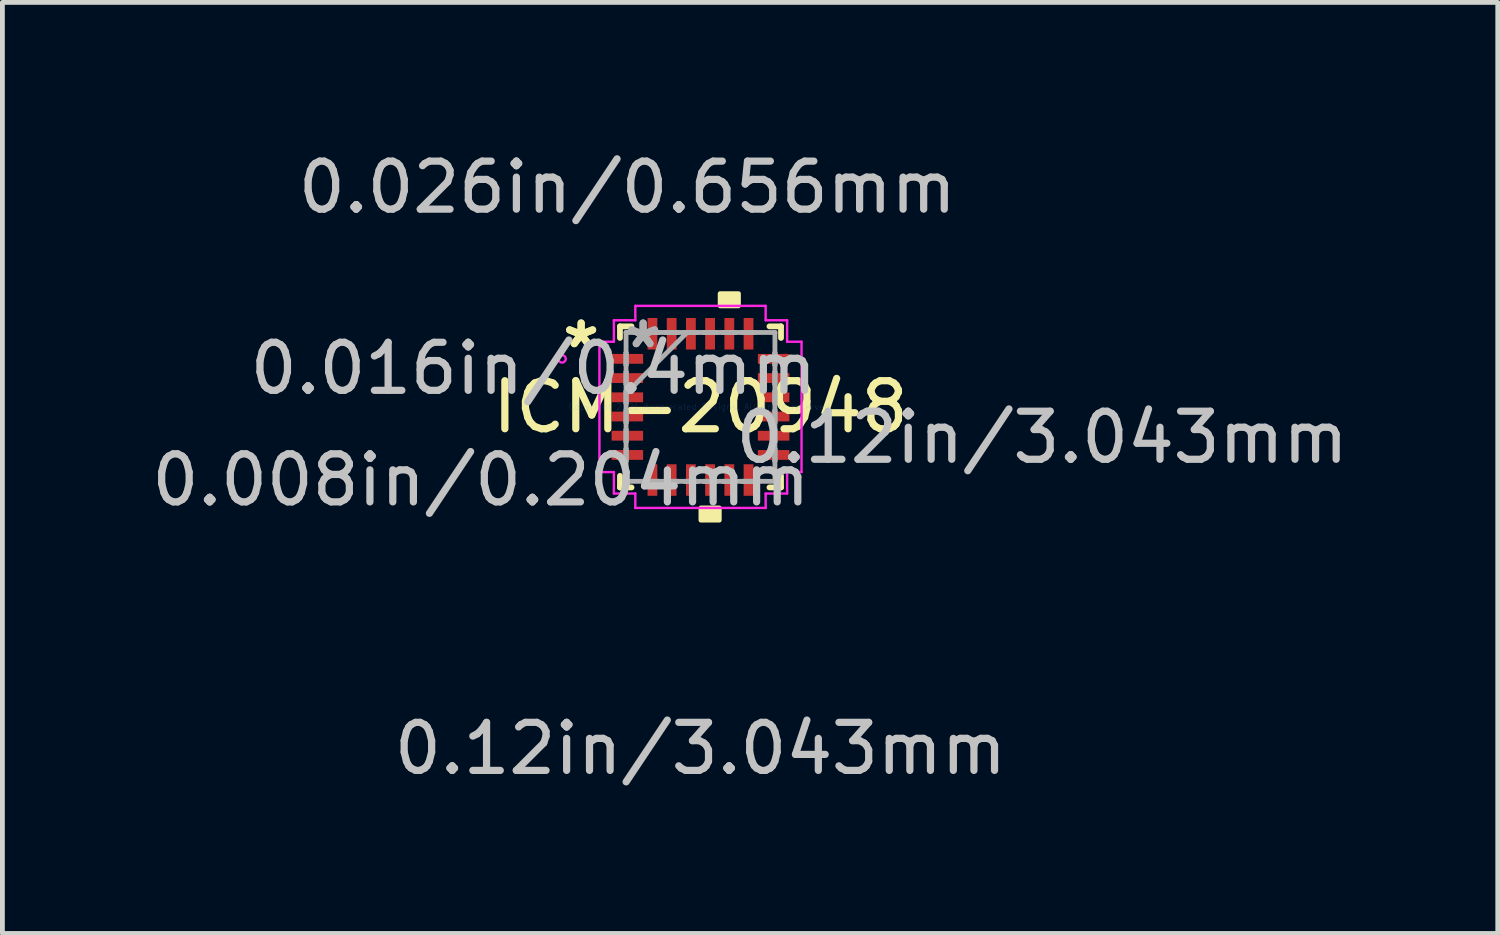
<source format=kicad_pcb>
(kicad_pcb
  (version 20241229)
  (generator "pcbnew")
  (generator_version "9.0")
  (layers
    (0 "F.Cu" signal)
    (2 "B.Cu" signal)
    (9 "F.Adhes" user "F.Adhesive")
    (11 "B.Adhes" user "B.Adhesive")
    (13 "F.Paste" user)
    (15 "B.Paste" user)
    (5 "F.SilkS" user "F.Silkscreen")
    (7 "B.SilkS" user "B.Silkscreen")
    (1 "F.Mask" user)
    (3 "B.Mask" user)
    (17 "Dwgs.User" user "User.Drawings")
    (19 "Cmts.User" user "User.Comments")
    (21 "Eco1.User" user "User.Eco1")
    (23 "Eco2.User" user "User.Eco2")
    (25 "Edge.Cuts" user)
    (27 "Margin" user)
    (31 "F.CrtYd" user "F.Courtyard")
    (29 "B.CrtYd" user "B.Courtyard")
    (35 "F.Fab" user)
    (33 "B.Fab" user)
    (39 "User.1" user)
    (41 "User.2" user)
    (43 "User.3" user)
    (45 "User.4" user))
  (footprint "ICM-20948"
    (layer "F.Cu")
    (at 11.528 5.418)
    (property "Reference" "ICM-20948" (at 0 0 0) (layer "F.SilkS") (effects (font (size 1 1) (thickness 0.15))))
    (attr through_hole)
    (fp_line (start -1.676 -1.676) (end -1.676 -1.435) (stroke (width 0.12) (type solid)) (layer "F.SilkS"))
    (fp_line (start -1.676 1.435) (end -1.676 1.676) (stroke (width 0.12) (type solid)) (layer "F.SilkS"))
    (fp_line (start -1.676 1.676) (end -1.435 1.676) (stroke (width 0.12) (type solid)) (layer "F.SilkS"))
    (fp_line (start -1.435 -1.676) (end -1.676 -1.676) (stroke (width 0.12) (type solid)) (layer "F.SilkS"))
    (fp_line (start 1.435 1.676) (end 1.676 1.676) (stroke (width 0.12) (type solid)) (layer "F.SilkS"))
    (fp_line (start 1.676 -1.676) (end 1.435 -1.676) (stroke (width 0.12) (type solid)) (layer "F.SilkS"))
    (fp_line (start 1.676 -1.435) (end 1.676 -1.676) (stroke (width 0.12) (type solid)) (layer "F.SilkS"))
    (fp_line (start 1.676 1.676) (end 1.676 1.435) (stroke (width 0.12) (type solid)) (layer "F.SilkS"))
    (fp_poly (pts (xy 0.009 2.103) (xy 0.009 2.357) (xy 0.391 2.357) (xy 0.391 2.103)) (stroke (width 0.1) (type solid)) (fill yes) (layer "F.SilkS"))
    (fp_poly (pts (xy 0.409 -2.103) (xy 0.409 -2.357) (xy 0.79 -2.357) (xy 0.79 -2.103)) (stroke (width 0.1) (type solid)) (fill yes) (layer "F.SilkS"))
    (fp_line (start -2.103 -1.356) (end -1.803 -1.356) (stroke (width 0.05) (type solid)) (layer "F.CrtYd"))
    (fp_line (start -2.103 1.356) (end -2.103 -1.356) (stroke (width 0.05) (type solid)) (layer "F.CrtYd"))
    (fp_line (start -1.803 -1.803) (end -1.356 -1.803) (stroke (width 0.05) (type solid)) (layer "F.CrtYd"))
    (fp_line (start -1.803 -1.356) (end -1.803 -1.803) (stroke (width 0.05) (type solid)) (layer "F.CrtYd"))
    (fp_line (start -1.803 1.356) (end -2.103 1.356) (stroke (width 0.05) (type solid)) (layer "F.CrtYd"))
    (fp_line (start -1.803 1.803) (end -1.803 1.356) (stroke (width 0.05) (type solid)) (layer "F.CrtYd"))
    (fp_line (start -1.356 -2.103) (end 1.356 -2.103) (stroke (width 0.05) (type solid)) (layer "F.CrtYd"))
    (fp_line (start -1.356 -1.803) (end -1.356 -2.103) (stroke (width 0.05) (type solid)) (layer "F.CrtYd"))
    (fp_line (start -1.356 1.803) (end -1.803 1.803) (stroke (width 0.05) (type solid)) (layer "F.CrtYd"))
    (fp_line (start -1.356 2.103) (end -1.356 1.803) (stroke (width 0.05) (type solid)) (layer "F.CrtYd"))
    (fp_line (start 1.356 -2.103) (end 1.356 -1.803) (stroke (width 0.05) (type solid)) (layer "F.CrtYd"))
    (fp_line (start 1.356 -1.803) (end 1.803 -1.803) (stroke (width 0.05) (type solid)) (layer "F.CrtYd"))
    (fp_line (start 1.356 1.803) (end 1.356 2.103) (stroke (width 0.05) (type solid)) (layer "F.CrtYd"))
    (fp_line (start 1.356 2.103) (end -1.356 2.103) (stroke (width 0.05) (type solid)) (layer "F.CrtYd"))
    (fp_line (start 1.803 -1.803) (end 1.803 -1.356) (stroke (width 0.05) (type solid)) (layer "F.CrtYd"))
    (fp_line (start 1.803 -1.356) (end 2.103 -1.356) (stroke (width 0.05) (type solid)) (layer "F.CrtYd"))
    (fp_line (start 1.803 1.356) (end 1.803 1.803) (stroke (width 0.05) (type solid)) (layer "F.CrtYd"))
    (fp_line (start 1.803 1.803) (end 1.356 1.803) (stroke (width 0.05) (type solid)) (layer "F.CrtYd"))
    (fp_line (start 2.103 -1.356) (end 2.103 1.356) (stroke (width 0.05) (type solid)) (layer "F.CrtYd"))
    (fp_line (start 2.103 1.356) (end 1.803 1.356) (stroke (width 0.05) (type solid)) (layer "F.CrtYd"))
    (fp_circle (center -2.881 -1) (end -2.804 -1) (stroke (width 0.05) (type solid)) (fill no) (layer "F.CrtYd"))
    (fp_line (start -1.549 -1.549) (end -1.549 -1.549) (stroke (width 0.1) (type solid)) (layer "F.Fab"))
    (fp_line (start -1.549 -1.549) (end -1.549 1.549) (stroke (width 0.1) (type solid)) (layer "F.Fab"))
    (fp_line (start -1.549 -1.127) (end -1.549 -1.127) (stroke (width 0.1) (type solid)) (layer "F.Fab"))
    (fp_line (start -1.549 -1.127) (end -1.549 -0.873) (stroke (width 0.1) (type solid)) (layer "F.Fab"))
    (fp_line (start -1.549 -0.873) (end -1.549 -1.127) (stroke (width 0.1) (type solid)) (layer "F.Fab"))
    (fp_line (start -1.549 -0.873) (end -1.549 -0.873) (stroke (width 0.1) (type solid)) (layer "F.Fab"))
    (fp_line (start -1.549 -0.727) (end -1.549 -0.727) (stroke (width 0.1) (type solid)) (layer "F.Fab"))
    (fp_line (start -1.549 -0.727) (end -1.549 -0.473) (stroke (width 0.1) (type solid)) (layer "F.Fab"))
    (fp_line (start -1.549 -0.473) (end -1.549 -0.727) (stroke (width 0.1) (type solid)) (layer "F.Fab"))
    (fp_line (start -1.549 -0.473) (end -1.549 -0.473) (stroke (width 0.1) (type solid)) (layer "F.Fab"))
    (fp_line (start -1.549 -0.327) (end -1.549 -0.327) (stroke (width 0.1) (type solid)) (layer "F.Fab"))
    (fp_line (start -1.549 -0.327) (end -1.549 -0.073) (stroke (width 0.1) (type solid)) (layer "F.Fab"))
    (fp_line (start -1.549 -0.279) (end -0.279 -1.549) (stroke (width 0.1) (type solid)) (layer "F.Fab"))
    (fp_line (start -1.549 -0.073) (end -1.549 -0.327) (stroke (width 0.1) (type solid)) (layer "F.Fab"))
    (fp_line (start -1.549 -0.073) (end -1.549 -0.073) (stroke (width 0.1) (type solid)) (layer "F.Fab"))
    (fp_line (start -1.549 0.073) (end -1.549 0.073) (stroke (width 0.1) (type solid)) (layer "F.Fab"))
    (fp_line (start -1.549 0.073) (end -1.549 0.327) (stroke (width 0.1) (type solid)) (layer "F.Fab"))
    (fp_line (start -1.549 0.327) (end -1.549 0.073) (stroke (width 0.1) (type solid)) (layer "F.Fab"))
    (fp_line (start -1.549 0.327) (end -1.549 0.327) (stroke (width 0.1) (type solid)) (layer "F.Fab"))
    (fp_line (start -1.549 0.473) (end -1.549 0.473) (stroke (width 0.1) (type solid)) (layer "F.Fab"))
    (fp_line (start -1.549 0.473) (end -1.549 0.727) (stroke (width 0.1) (type solid)) (layer "F.Fab"))
    (fp_line (start -1.549 0.727) (end -1.549 0.473) (stroke (width 0.1) (type solid)) (layer "F.Fab"))
    (fp_line (start -1.549 0.727) (end -1.549 0.727) (stroke (width 0.1) (type solid)) (layer "F.Fab"))
    (fp_line (start -1.549 0.873) (end -1.549 0.873) (stroke (width 0.1) (type solid)) (layer "F.Fab"))
    (fp_line (start -1.549 0.873) (end -1.549 1.127) (stroke (width 0.1) (type solid)) (layer "F.Fab"))
    (fp_line (start -1.549 1.127) (end -1.549 0.873) (stroke (width 0.1) (type solid)) (layer "F.Fab"))
    (fp_line (start -1.549 1.127) (end -1.549 1.127) (stroke (width 0.1) (type solid)) (layer "F.Fab"))
    (fp_line (start -1.549 1.549) (end -1.549 1.549) (stroke (width 0.1) (type solid)) (layer "F.Fab"))
    (fp_line (start -1.549 1.549) (end 1.549 1.549) (stroke (width 0.1) (type solid)) (layer "F.Fab"))
    (fp_line (start -1.127 -1.549) (end -1.127 -1.549) (stroke (width 0.1) (type solid)) (layer "F.Fab"))
    (fp_line (start -1.127 -1.549) (end -0.873 -1.549) (stroke (width 0.1) (type solid)) (layer "F.Fab"))
    (fp_line (start -1.127 1.549) (end -1.127 1.549) (stroke (width 0.1) (type solid)) (layer "F.Fab"))
    (fp_line (start -1.127 1.549) (end -0.873 1.549) (stroke (width 0.1) (type solid)) (layer "F.Fab"))
    (fp_line (start -0.873 -1.549) (end -1.127 -1.549) (stroke (width 0.1) (type solid)) (layer "F.Fab"))
    (fp_line (start -0.873 -1.549) (end -0.873 -1.549) (stroke (width 0.1) (type solid)) (layer "F.Fab"))
    (fp_line (start -0.873 1.549) (end -1.127 1.549) (stroke (width 0.1) (type solid)) (layer "F.Fab"))
    (fp_line (start -0.873 1.549) (end -0.873 1.549) (stroke (width 0.1) (type solid)) (layer "F.Fab"))
    (fp_line (start -0.727 -1.549) (end -0.727 -1.549) (stroke (width 0.1) (type solid)) (layer "F.Fab"))
    (fp_line (start -0.727 -1.549) (end -0.473 -1.549) (stroke (width 0.1) (type solid)) (layer "F.Fab"))
    (fp_line (start -0.727 1.549) (end -0.727 1.549) (stroke (width 0.1) (type solid)) (layer "F.Fab"))
    (fp_line (start -0.727 1.549) (end -0.473 1.549) (stroke (width 0.1) (type solid)) (layer "F.Fab"))
    (fp_line (start -0.473 -1.549) (end -0.727 -1.549) (stroke (width 0.1) (type solid)) (layer "F.Fab"))
    (fp_line (start -0.473 -1.549) (end -0.473 -1.549) (stroke (width 0.1) (type solid)) (layer "F.Fab"))
    (fp_line (start -0.473 1.549) (end -0.727 1.549) (stroke (width 0.1) (type solid)) (layer "F.Fab"))
    (fp_line (start -0.473 1.549) (end -0.473 1.549) (stroke (width 0.1) (type solid)) (layer "F.Fab"))
    (fp_line (start -0.327 -1.549) (end -0.327 -1.549) (stroke (width 0.1) (type solid)) (layer "F.Fab"))
    (fp_line (start -0.327 -1.549) (end -0.073 -1.549) (stroke (width 0.1) (type solid)) (layer "F.Fab"))
    (fp_line (start -0.327 1.549) (end -0.327 1.549) (stroke (width 0.1) (type solid)) (layer "F.Fab"))
    (fp_line (start -0.327 1.549) (end -0.073 1.549) (stroke (width 0.1) (type solid)) (layer "F.Fab"))
    (fp_line (start -0.073 -1.549) (end -0.327 -1.549) (stroke (width 0.1) (type solid)) (layer "F.Fab"))
    (fp_line (start -0.073 -1.549) (end -0.073 -1.549) (stroke (width 0.1) (type solid)) (layer "F.Fab"))
    (fp_line (start -0.073 1.549) (end -0.327 1.549) (stroke (width 0.1) (type solid)) (layer "F.Fab"))
    (fp_line (start -0.073 1.549) (end -0.073 1.549) (stroke (width 0.1) (type solid)) (layer "F.Fab"))
    (fp_line (start 0.073 -1.549) (end 0.073 -1.549) (stroke (width 0.1) (type solid)) (layer "F.Fab"))
    (fp_line (start 0.073 -1.549) (end 0.327 -1.549) (stroke (width 0.1) (type solid)) (layer "F.Fab"))
    (fp_line (start 0.073 1.549) (end 0.073 1.549) (stroke (width 0.1) (type solid)) (layer "F.Fab"))
    (fp_line (start 0.073 1.549) (end 0.327 1.549) (stroke (width 0.1) (type solid)) (layer "F.Fab"))
    (fp_line (start 0.327 -1.549) (end 0.073 -1.549) (stroke (width 0.1) (type solid)) (layer "F.Fab"))
    (fp_line (start 0.327 -1.549) (end 0.327 -1.549) (stroke (width 0.1) (type solid)) (layer "F.Fab"))
    (fp_line (start 0.327 1.549) (end 0.073 1.549) (stroke (width 0.1) (type solid)) (layer "F.Fab"))
    (fp_line (start 0.327 1.549) (end 0.327 1.549) (stroke (width 0.1) (type solid)) (layer "F.Fab"))
    (fp_line (start 0.473 -1.549) (end 0.473 -1.549) (stroke (width 0.1) (type solid)) (layer "F.Fab"))
    (fp_line (start 0.473 -1.549) (end 0.727 -1.549) (stroke (width 0.1) (type solid)) (layer "F.Fab"))
    (fp_line (start 0.473 1.549) (end 0.473 1.549) (stroke (width 0.1) (type solid)) (layer "F.Fab"))
    (fp_line (start 0.473 1.549) (end 0.727 1.549) (stroke (width 0.1) (type solid)) (layer "F.Fab"))
    (fp_line (start 0.727 -1.549) (end 0.473 -1.549) (stroke (width 0.1) (type solid)) (layer "F.Fab"))
    (fp_line (start 0.727 -1.549) (end 0.727 -1.549) (stroke (width 0.1) (type solid)) (layer "F.Fab"))
    (fp_line (start 0.727 1.549) (end 0.473 1.549) (stroke (width 0.1) (type solid)) (layer "F.Fab"))
    (fp_line (start 0.727 1.549) (end 0.727 1.549) (stroke (width 0.1) (type solid)) (layer "F.Fab"))
    (fp_line (start 0.873 -1.549) (end 0.873 -1.549) (stroke (width 0.1) (type solid)) (layer "F.Fab"))
    (fp_line (start 0.873 -1.549) (end 1.127 -1.549) (stroke (width 0.1) (type solid)) (layer "F.Fab"))
    (fp_line (start 0.873 1.549) (end 0.873 1.549) (stroke (width 0.1) (type solid)) (layer "F.Fab"))
    (fp_line (start 0.873 1.549) (end 1.127 1.549) (stroke (width 0.1) (type solid)) (layer "F.Fab"))
    (fp_line (start 1.127 -1.549) (end 0.873 -1.549) (stroke (width 0.1) (type solid)) (layer "F.Fab"))
    (fp_line (start 1.127 -1.549) (end 1.127 -1.549) (stroke (width 0.1) (type solid)) (layer "F.Fab"))
    (fp_line (start 1.127 1.549) (end 0.873 1.549) (stroke (width 0.1) (type solid)) (layer "F.Fab"))
    (fp_line (start 1.127 1.549) (end 1.127 1.549) (stroke (width 0.1) (type solid)) (layer "F.Fab"))
    (fp_line (start 1.549 -1.549) (end -1.549 -1.549) (stroke (width 0.1) (type solid)) (layer "F.Fab"))
    (fp_line (start 1.549 -1.549) (end 1.549 -1.549) (stroke (width 0.1) (type solid)) (layer "F.Fab"))
    (fp_line (start 1.549 -1.127) (end 1.549 -1.127) (stroke (width 0.1) (type solid)) (layer "F.Fab"))
    (fp_line (start 1.549 -1.127) (end 1.549 -0.873) (stroke (width 0.1) (type solid)) (layer "F.Fab"))
    (fp_line (start 1.549 -0.873) (end 1.549 -1.127) (stroke (width 0.1) (type solid)) (layer "F.Fab"))
    (fp_line (start 1.549 -0.873) (end 1.549 -0.873) (stroke (width 0.1) (type solid)) (layer "F.Fab"))
    (fp_line (start 1.549 -0.727) (end 1.549 -0.727) (stroke (width 0.1) (type solid)) (layer "F.Fab"))
    (fp_line (start 1.549 -0.727) (end 1.549 -0.473) (stroke (width 0.1) (type solid)) (layer "F.Fab"))
    (fp_line (start 1.549 -0.473) (end 1.549 -0.727) (stroke (width 0.1) (type solid)) (layer "F.Fab"))
    (fp_line (start 1.549 -0.473) (end 1.549 -0.473) (stroke (width 0.1) (type solid)) (layer "F.Fab"))
    (fp_line (start 1.549 -0.327) (end 1.549 -0.327) (stroke (width 0.1) (type solid)) (layer "F.Fab"))
    (fp_line (start 1.549 -0.327) (end 1.549 -0.073) (stroke (width 0.1) (type solid)) (layer "F.Fab"))
    (fp_line (start 1.549 -0.073) (end 1.549 -0.327) (stroke (width 0.1) (type solid)) (layer "F.Fab"))
    (fp_line (start 1.549 -0.073) (end 1.549 -0.073) (stroke (width 0.1) (type solid)) (layer "F.Fab"))
    (fp_line (start 1.549 0.073) (end 1.549 0.073) (stroke (width 0.1) (type solid)) (layer "F.Fab"))
    (fp_line (start 1.549 0.073) (end 1.549 0.327) (stroke (width 0.1) (type solid)) (layer "F.Fab"))
    (fp_line (start 1.549 0.327) (end 1.549 0.073) (stroke (width 0.1) (type solid)) (layer "F.Fab"))
    (fp_line (start 1.549 0.327) (end 1.549 0.327) (stroke (width 0.1) (type solid)) (layer "F.Fab"))
    (fp_line (start 1.549 0.473) (end 1.549 0.473) (stroke (width 0.1) (type solid)) (layer "F.Fab"))
    (fp_line (start 1.549 0.473) (end 1.549 0.727) (stroke (width 0.1) (type solid)) (layer "F.Fab"))
    (fp_line (start 1.549 0.727) (end 1.549 0.473) (stroke (width 0.1) (type solid)) (layer "F.Fab"))
    (fp_line (start 1.549 0.727) (end 1.549 0.727) (stroke (width 0.1) (type solid)) (layer "F.Fab"))
    (fp_line (start 1.549 0.873) (end 1.549 0.873) (stroke (width 0.1) (type solid)) (layer "F.Fab"))
    (fp_line (start 1.549 0.873) (end 1.549 1.127) (stroke (width 0.1) (type solid)) (layer "F.Fab"))
    (fp_line (start 1.549 1.127) (end 1.549 0.873) (stroke (width 0.1) (type solid)) (layer "F.Fab"))
    (fp_line (start 1.549 1.127) (end 1.549 1.127) (stroke (width 0.1) (type solid)) (layer "F.Fab"))
    (fp_line (start 1.549 1.549) (end 1.549 -1.549) (stroke (width 0.1) (type solid)) (layer "F.Fab"))
    (fp_line (start 1.549 1.549) (end 1.549 1.549) (stroke (width 0.1) (type solid)) (layer "F.Fab"))
    (fp_text user "*" (at -2.484 -1.2 0) (layer "F.SilkS") (effects (font (size 1 1) (thickness 0.15))))
    (fp_text user "*" (at -2.484 -1.2 0) (layer "F.SilkS") (effects (font (size 1 1) (thickness 0.15))))
    (fp_text user "0.016in/0.4mm" (at -3.477 -0.8 0) (layer "Dwgs.User") (effects (font (size 1 1) (thickness 0.15))))
    (fp_text user "0.026in/0.656mm" (at -1.522 -4.57 0) (layer "Dwgs.User") (effects (font (size 1 1) (thickness 0.15))))
    (fp_text user "0.008in/0.204mm" (at -4.57 1.522 0) (layer "Dwgs.User") (effects (font (size 1 1) (thickness 0.15))))
    (fp_text user "0.12in/3.043mm" (at 7.11 0.635 0) (layer "Dwgs.User") (effects (font (size 1 1) (thickness 0.15))))
    (fp_text user "0.12in/3.043mm" (at 0 7.11 0) (layer "Dwgs.User") (effects (font (size 1 1) (thickness 0.15))))
    (fp_text user "Copyright 2021 Accelerated Designs. All rights reserved." (at 0 0 0) (layer "Cmts.User") (effects (font (size 0.127 0.127) (thickness 0.002))))
    (fp_text user "*" (at -1.194 -1.2 0) (layer "F.Fab") (effects (font (size 1 1) (thickness 0.15))))
    (fp_text user "*" (at -1.194 -1.2 0) (layer "F.Fab") (effects (font (size 1 1) (thickness 0.15))))
    (pad "1" smd rect (at -1.522 -1 90) (size 0.204 0.656) (layers "F.Cu" "F.Mask" "F.Paste"))
    (pad "2" smd rect (at -1.522 -0.6 90) (size 0.204 0.656) (layers "F.Cu" "F.Mask" "F.Paste"))
    (pad "3" smd rect (at -1.522 -0.2 90) (size 0.204 0.656) (layers "F.Cu" "F.Mask" "F.Paste"))
    (pad "4" smd rect (at -1.522 0.2 90) (size 0.204 0.656) (layers "F.Cu" "F.Mask" "F.Paste"))
    (pad "5" smd rect (at -1.522 0.6 90) (size 0.204 0.656) (layers "F.Cu" "F.Mask" "F.Paste"))
    (pad "6" smd rect (at -1.522 1 90) (size 0.204 0.656) (layers "F.Cu" "F.Mask" "F.Paste"))
    (pad "7" smd rect (at -1 1.522) (size 0.204 0.656) (layers "F.Cu" "F.Mask" "F.Paste"))
    (pad "8" smd rect (at -0.6 1.522) (size 0.204 0.656) (layers "F.Cu" "F.Mask" "F.Paste"))
    (pad "9" smd rect (at -0.2 1.522) (size 0.204 0.656) (layers "F.Cu" "F.Mask" "F.Paste"))
    (pad "10" smd rect (at 0.2 1.522) (size 0.204 0.656) (layers "F.Cu" "F.Mask" "F.Paste"))
    (pad "11" smd rect (at 0.6 1.522) (size 0.204 0.656) (layers "F.Cu" "F.Mask" "F.Paste"))
    (pad "12" smd rect (at 1 1.522) (size 0.204 0.656) (layers "F.Cu" "F.Mask" "F.Paste"))
    (pad "13" smd rect (at 1.522 1 90) (size 0.204 0.656) (layers "F.Cu" "F.Mask" "F.Paste"))
    (pad "14" smd rect (at 1.522 0.6 90) (size 0.204 0.656) (layers "F.Cu" "F.Mask" "F.Paste"))
    (pad "15" smd rect (at 1.522 0.2 90) (size 0.204 0.656) (layers "F.Cu" "F.Mask" "F.Paste"))
    (pad "16" smd rect (at 1.522 -0.2 90) (size 0.204 0.656) (layers "F.Cu" "F.Mask" "F.Paste"))
    (pad "17" smd rect (at 1.522 -0.6 90) (size 0.204 0.656) (layers "F.Cu" "F.Mask" "F.Paste"))
    (pad "18" smd rect (at 1.522 -1 90) (size 0.204 0.656) (layers "F.Cu" "F.Mask" "F.Paste"))
    (pad "19" smd rect (at 1 -1.522) (size 0.204 0.656) (layers "F.Cu" "F.Mask" "F.Paste"))
    (pad "20" smd rect (at 0.6 -1.522) (size 0.204 0.656) (layers "F.Cu" "F.Mask" "F.Paste"))
    (pad "21" smd rect (at 0.2 -1.522) (size 0.204 0.656) (layers "F.Cu" "F.Mask" "F.Paste"))
    (pad "22" smd rect (at -0.2 -1.522) (size 0.204 0.656) (layers "F.Cu" "F.Mask" "F.Paste"))
    (pad "23" smd rect (at -0.6 -1.522) (size 0.204 0.656) (layers "F.Cu" "F.Mask" "F.Paste"))
    (pad "24" smd rect (at -1 -1.522) (size 0.204 0.656) (layers "F.Cu" "F.Mask" "F.Paste")))
  (gr_rect
    (start -3 -3)
    (end 28.12 16.376)
    (stroke (width 0.1) (type default))
    (fill no)
    (layer "Edge.Cuts")))
</source>
